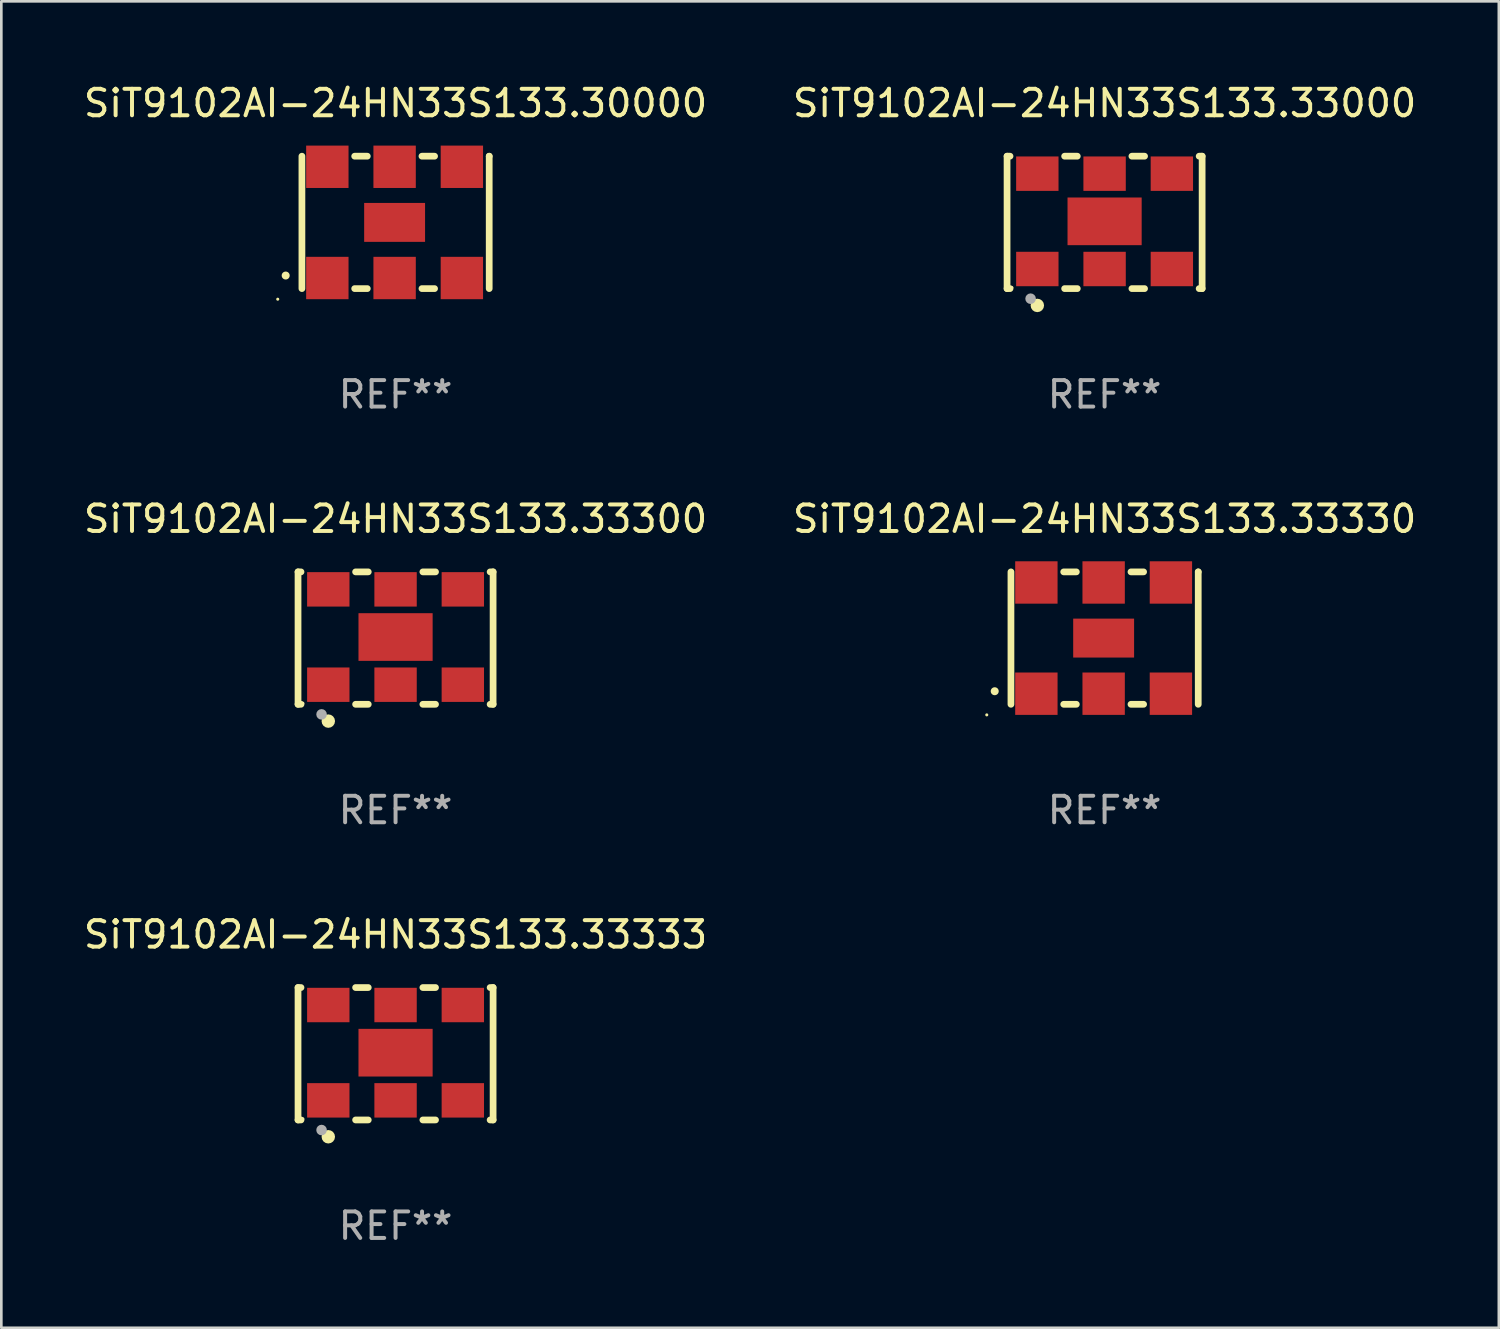
<source format=kicad_pcb>
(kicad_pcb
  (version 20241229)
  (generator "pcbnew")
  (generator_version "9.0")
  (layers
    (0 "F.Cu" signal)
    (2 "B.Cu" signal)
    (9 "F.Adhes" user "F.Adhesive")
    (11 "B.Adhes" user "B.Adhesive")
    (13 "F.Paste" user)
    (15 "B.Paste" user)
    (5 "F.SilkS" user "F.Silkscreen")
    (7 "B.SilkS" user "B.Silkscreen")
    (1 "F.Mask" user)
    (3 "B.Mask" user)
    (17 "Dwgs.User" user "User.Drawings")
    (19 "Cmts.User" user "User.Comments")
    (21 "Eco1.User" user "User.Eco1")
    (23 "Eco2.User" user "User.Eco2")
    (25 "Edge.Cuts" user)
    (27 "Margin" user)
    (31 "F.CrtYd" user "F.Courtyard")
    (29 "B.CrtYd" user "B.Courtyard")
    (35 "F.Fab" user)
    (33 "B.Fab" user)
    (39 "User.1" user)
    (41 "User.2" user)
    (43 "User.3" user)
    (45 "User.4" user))
  (footprint "SiT9102AI-24HN33S133.33330"
    (layer "F.Cu")
    (at 38.661 21.045)
    (property "Reference" "SiT9102AI-24HN33S133.33330" (at 0 -4.5 0) (layer "F.SilkS") (effects (font (size 1 1) (thickness 0.15))))
    (attr through_hole)
    (fp_line (start -3.536 -2.5) (end -3.536 2.5) (stroke (width 0.254) (type solid)) (layer "F.SilkS"))
    (fp_line (start -1.544 2.5) (end -1.067 2.5) (stroke (width 0.254) (type solid)) (layer "F.SilkS"))
    (fp_line (start -1.067 -2.5) (end -1.544 -2.5) (stroke (width 0.254) (type solid)) (layer "F.SilkS"))
    (fp_line (start 0.996 2.5) (end 1.473 2.5) (stroke (width 0.254) (type solid)) (layer "F.SilkS"))
    (fp_line (start 1.473 -2.5) (end 0.996 -2.5) (stroke (width 0.254) (type solid)) (layer "F.SilkS"))
    (fp_line (start 3.536 -2.5) (end 3.536 -2.5) (stroke (width 0.254) (type solid)) (layer "F.SilkS"))
    (fp_line (start 3.536 2.5) (end 3.536 -2.5) (stroke (width 0.254) (type solid)) (layer "F.SilkS"))
    (fp_arc (start -4.150432 2.006604) (mid -4.149162 2.006599) (end -4.147892 2.006604) (stroke (width 0.3) (type solid)) (layer "F.SilkS"))
    (fp_circle (center -4.449 2.9) (end -4.419 2.9) (stroke (width 0.06) (type solid)) (fill no) (layer "F.SilkS"))
    (fp_text user "REF**" (at 0 6.5 0) (layer "F.Fab") (effects (font (size 1 1) (thickness 0.15))))
    (pad "1" smd rect (at -2.576 2.1) (size 1.6 1.6) (layers "F.Cu" "F.Mask" "F.Paste"))
    (pad "2" smd rect (at -0.036 2.1) (size 1.6 1.6) (layers "F.Cu" "F.Mask" "F.Paste"))
    (pad "3" smd rect (at 2.504 2.1) (size 1.6 1.6) (layers "F.Cu" "F.Mask" "F.Paste"))
    (pad "4" smd rect (at 2.504 -2.1) (size 1.6 1.6) (layers "F.Cu" "F.Mask" "F.Paste"))
    (pad "5" smd rect (at -0.036 -2.1) (size 1.6 1.6) (layers "F.Cu" "F.Mask" "F.Paste"))
    (pad "6" smd rect (at -2.576 -2.1) (size 1.6 1.6) (layers "F.Cu" "F.Mask" "F.Paste"))
    (pad "7" smd rect (at -0.036 0) (size 2.3 1.47) (layers "F.Cu" "F.Mask" "F.Paste")))
  (footprint "SiT9102AI-24HN33S133.33333"
    (layer "F.Cu")
    (at 11.887 36.741)
    (property "Reference" "SiT9102AI-24HN33S133.33333" (at 0 -4.5 0) (layer "F.SilkS") (effects (font (size 1 1) (thickness 0.15))))
    (attr through_hole)
    (fp_line (start -3.683 -2.5) (end -3.571 -2.5) (stroke (width 0.254) (type solid)) (layer "F.SilkS"))
    (fp_line (start -3.683 2.5) (end -3.683 -2.5) (stroke (width 0.254) (type solid)) (layer "F.SilkS"))
    (fp_line (start -3.683 2.5) (end -3.571 2.5) (stroke (width 0.254) (type solid)) (layer "F.SilkS"))
    (fp_line (start -1.509 -2.5) (end -1.031 -2.5) (stroke (width 0.254) (type solid)) (layer "F.SilkS"))
    (fp_line (start -1.509 2.5) (end -1.031 2.5) (stroke (width 0.254) (type solid)) (layer "F.SilkS"))
    (fp_line (start 1.031 -2.5) (end 1.509 -2.5) (stroke (width 0.254) (type solid)) (layer "F.SilkS"))
    (fp_line (start 1.031 2.5) (end 1.509 2.5) (stroke (width 0.254) (type solid)) (layer "F.SilkS"))
    (fp_line (start 3.571 -2.5) (end 3.683 -2.5) (stroke (width 0.254) (type solid)) (layer "F.SilkS"))
    (fp_line (start 3.571 2.5) (end 3.683 2.5) (stroke (width 0.254) (type solid)) (layer "F.SilkS"))
    (fp_line (start 3.683 2.5) (end 3.683 -2.5) (stroke (width 0.254) (type solid)) (layer "F.SilkS"))
    (fp_circle (center -3.5 2.46) (end -3.47 2.46) (stroke (width 0.06) (type solid)) (fill no) (layer "F.SilkS"))
    (fp_circle (center -2.54 3.135) (end -2.413 3.135) (stroke (width 0.254) (type solid)) (fill no) (layer "F.SilkS"))
    (fp_circle (center -2.794 2.881) (end -2.694 2.881) (stroke (width 0.2) (type solid)) (fill no) (layer "F.Fab"))
    (fp_text user "REF**" (at 0 6.5 0) (layer "F.Fab") (effects (font (size 1 1) (thickness 0.15))))
    (pad "1" smd rect (at -2.54 1.76) (size 1.6 1.3) (layers "F.Cu" "F.Mask" "F.Paste"))
    (pad "2" smd rect (at 0 1.76) (size 1.6 1.3) (layers "F.Cu" "F.Mask" "F.Paste"))
    (pad "3" smd rect (at 2.54 1.76) (size 1.6 1.3) (layers "F.Cu" "F.Mask" "F.Paste"))
    (pad "4" smd rect (at 2.54 -1.84) (size 1.6 1.3) (layers "F.Cu" "F.Mask" "F.Paste"))
    (pad "5" smd rect (at 0 -1.84) (size 1.6 1.3) (layers "F.Cu" "F.Mask" "F.Paste"))
    (pad "6" smd rect (at -2.54 -1.84) (size 1.6 1.3) (layers "F.Cu" "F.Mask" "F.Paste"))
    (pad "7" smd rect (at 0 -0.04) (size 2.8 1.8) (layers "F.Cu" "F.Mask" "F.Paste")))
  (footprint "SiT9102AI-24HN33S133.33000"
    (layer "F.Cu")
    (at 38.661 5.348)
    (property "Reference" "SiT9102AI-24HN33S133.33000" (at 0 -4.5 0) (layer "F.SilkS") (effects (font (size 1 1) (thickness 0.15))))
    (attr through_hole)
    (fp_line (start -3.683 -2.5) (end -3.571 -2.5) (stroke (width 0.254) (type solid)) (layer "F.SilkS"))
    (fp_line (start -3.683 2.5) (end -3.683 -2.5) (stroke (width 0.254) (type solid)) (layer "F.SilkS"))
    (fp_line (start -3.683 2.5) (end -3.571 2.5) (stroke (width 0.254) (type solid)) (layer "F.SilkS"))
    (fp_line (start -1.509 -2.5) (end -1.031 -2.5) (stroke (width 0.254) (type solid)) (layer "F.SilkS"))
    (fp_line (start -1.509 2.5) (end -1.031 2.5) (stroke (width 0.254) (type solid)) (layer "F.SilkS"))
    (fp_line (start 1.031 -2.5) (end 1.509 -2.5) (stroke (width 0.254) (type solid)) (layer "F.SilkS"))
    (fp_line (start 1.031 2.5) (end 1.509 2.5) (stroke (width 0.254) (type solid)) (layer "F.SilkS"))
    (fp_line (start 3.571 -2.5) (end 3.683 -2.5) (stroke (width 0.254) (type solid)) (layer "F.SilkS"))
    (fp_line (start 3.571 2.5) (end 3.683 2.5) (stroke (width 0.254) (type solid)) (layer "F.SilkS"))
    (fp_line (start 3.683 2.5) (end 3.683 -2.5) (stroke (width 0.254) (type solid)) (layer "F.SilkS"))
    (fp_circle (center -3.5 2.46) (end -3.47 2.46) (stroke (width 0.06) (type solid)) (fill no) (layer "F.SilkS"))
    (fp_circle (center -2.54 3.135) (end -2.413 3.135) (stroke (width 0.254) (type solid)) (fill no) (layer "F.SilkS"))
    (fp_circle (center -2.794 2.881) (end -2.694 2.881) (stroke (width 0.2) (type solid)) (fill no) (layer "F.Fab"))
    (fp_text user "REF**" (at 0 6.5 0) (layer "F.Fab") (effects (font (size 1 1) (thickness 0.15))))
    (pad "1" smd rect (at -2.54 1.76) (size 1.6 1.3) (layers "F.Cu" "F.Mask" "F.Paste"))
    (pad "2" smd rect (at 0 1.76) (size 1.6 1.3) (layers "F.Cu" "F.Mask" "F.Paste"))
    (pad "3" smd rect (at 2.54 1.76) (size 1.6 1.3) (layers "F.Cu" "F.Mask" "F.Paste"))
    (pad "4" smd rect (at 2.54 -1.84) (size 1.6 1.3) (layers "F.Cu" "F.Mask" "F.Paste"))
    (pad "5" smd rect (at 0 -1.84) (size 1.6 1.3) (layers "F.Cu" "F.Mask" "F.Paste"))
    (pad "6" smd rect (at -2.54 -1.84) (size 1.6 1.3) (layers "F.Cu" "F.Mask" "F.Paste"))
    (pad "7" smd rect (at 0 -0.04) (size 2.8 1.8) (layers "F.Cu" "F.Mask" "F.Paste")))
  (footprint "SiT9102AI-24HN33S133.33300"
    (layer "F.Cu")
    (at 11.887 21.045)
    (property "Reference" "SiT9102AI-24HN33S133.33300" (at 0 -4.5 0) (layer "F.SilkS") (effects (font (size 1 1) (thickness 0.15))))
    (attr through_hole)
    (fp_line (start -3.683 -2.5) (end -3.571 -2.5) (stroke (width 0.254) (type solid)) (layer "F.SilkS"))
    (fp_line (start -3.683 2.5) (end -3.683 -2.5) (stroke (width 0.254) (type solid)) (layer "F.SilkS"))
    (fp_line (start -3.683 2.5) (end -3.571 2.5) (stroke (width 0.254) (type solid)) (layer "F.SilkS"))
    (fp_line (start -1.509 -2.5) (end -1.031 -2.5) (stroke (width 0.254) (type solid)) (layer "F.SilkS"))
    (fp_line (start -1.509 2.5) (end -1.031 2.5) (stroke (width 0.254) (type solid)) (layer "F.SilkS"))
    (fp_line (start 1.031 -2.5) (end 1.509 -2.5) (stroke (width 0.254) (type solid)) (layer "F.SilkS"))
    (fp_line (start 1.031 2.5) (end 1.509 2.5) (stroke (width 0.254) (type solid)) (layer "F.SilkS"))
    (fp_line (start 3.571 -2.5) (end 3.683 -2.5) (stroke (width 0.254) (type solid)) (layer "F.SilkS"))
    (fp_line (start 3.571 2.5) (end 3.683 2.5) (stroke (width 0.254) (type solid)) (layer "F.SilkS"))
    (fp_line (start 3.683 2.5) (end 3.683 -2.5) (stroke (width 0.254) (type solid)) (layer "F.SilkS"))
    (fp_circle (center -3.5 2.46) (end -3.47 2.46) (stroke (width 0.06) (type solid)) (fill no) (layer "F.SilkS"))
    (fp_circle (center -2.54 3.135) (end -2.413 3.135) (stroke (width 0.254) (type solid)) (fill no) (layer "F.SilkS"))
    (fp_circle (center -2.794 2.881) (end -2.694 2.881) (stroke (width 0.2) (type solid)) (fill no) (layer "F.Fab"))
    (fp_text user "REF**" (at 0 6.5 0) (layer "F.Fab") (effects (font (size 1 1) (thickness 0.15))))
    (pad "1" smd rect (at -2.54 1.76) (size 1.6 1.3) (layers "F.Cu" "F.Mask" "F.Paste"))
    (pad "2" smd rect (at 0 1.76) (size 1.6 1.3) (layers "F.Cu" "F.Mask" "F.Paste"))
    (pad "3" smd rect (at 2.54 1.76) (size 1.6 1.3) (layers "F.Cu" "F.Mask" "F.Paste"))
    (pad "4" smd rect (at 2.54 -1.84) (size 1.6 1.3) (layers "F.Cu" "F.Mask" "F.Paste"))
    (pad "5" smd rect (at 0 -1.84) (size 1.6 1.3) (layers "F.Cu" "F.Mask" "F.Paste"))
    (pad "6" smd rect (at -2.54 -1.84) (size 1.6 1.3) (layers "F.Cu" "F.Mask" "F.Paste"))
    (pad "7" smd rect (at 0 -0.04) (size 2.8 1.8) (layers "F.Cu" "F.Mask" "F.Paste")))
  (footprint "SiT9102AI-24HN33S133.30000"
    (layer "F.Cu")
    (at 11.887 5.348)
    (property "Reference" "SiT9102AI-24HN33S133.30000" (at 0 -4.5 0) (layer "F.SilkS") (effects (font (size 1 1) (thickness 0.15))))
    (attr through_hole)
    (fp_line (start -3.536 -2.5) (end -3.536 2.5) (stroke (width 0.254) (type solid)) (layer "F.SilkS"))
    (fp_line (start -1.544 2.5) (end -1.067 2.5) (stroke (width 0.254) (type solid)) (layer "F.SilkS"))
    (fp_line (start -1.067 -2.5) (end -1.544 -2.5) (stroke (width 0.254) (type solid)) (layer "F.SilkS"))
    (fp_line (start 0.996 2.5) (end 1.473 2.5) (stroke (width 0.254) (type solid)) (layer "F.SilkS"))
    (fp_line (start 1.473 -2.5) (end 0.996 -2.5) (stroke (width 0.254) (type solid)) (layer "F.SilkS"))
    (fp_line (start 3.536 -2.5) (end 3.536 -2.5) (stroke (width 0.254) (type solid)) (layer "F.SilkS"))
    (fp_line (start 3.536 2.5) (end 3.536 -2.5) (stroke (width 0.254) (type solid)) (layer "F.SilkS"))
    (fp_arc (start -4.150432 2.006604) (mid -4.149162 2.006599) (end -4.147892 2.006604) (stroke (width 0.3) (type solid)) (layer "F.SilkS"))
    (fp_circle (center -4.449 2.9) (end -4.419 2.9) (stroke (width 0.06) (type solid)) (fill no) (layer "F.SilkS"))
    (fp_text user "REF**" (at 0 6.5 0) (layer "F.Fab") (effects (font (size 1 1) (thickness 0.15))))
    (pad "1" smd rect (at -2.576 2.1) (size 1.6 1.6) (layers "F.Cu" "F.Mask" "F.Paste"))
    (pad "2" smd rect (at -0.036 2.1) (size 1.6 1.6) (layers "F.Cu" "F.Mask" "F.Paste"))
    (pad "3" smd rect (at 2.504 2.1) (size 1.6 1.6) (layers "F.Cu" "F.Mask" "F.Paste"))
    (pad "4" smd rect (at 2.504 -2.1) (size 1.6 1.6) (layers "F.Cu" "F.Mask" "F.Paste"))
    (pad "5" smd rect (at -0.036 -2.1) (size 1.6 1.6) (layers "F.Cu" "F.Mask" "F.Paste"))
    (pad "6" smd rect (at -2.576 -2.1) (size 1.6 1.6) (layers "F.Cu" "F.Mask" "F.Paste"))
    (pad "7" smd rect (at -0.036 0) (size 2.3 1.47) (layers "F.Cu" "F.Mask" "F.Paste")))
  (gr_rect
    (start -3 -3)
    (end 53.548 47.09)
    (stroke (width 0.1) (type default))
    (fill no)
    (layer "Edge.Cuts")))
</source>
